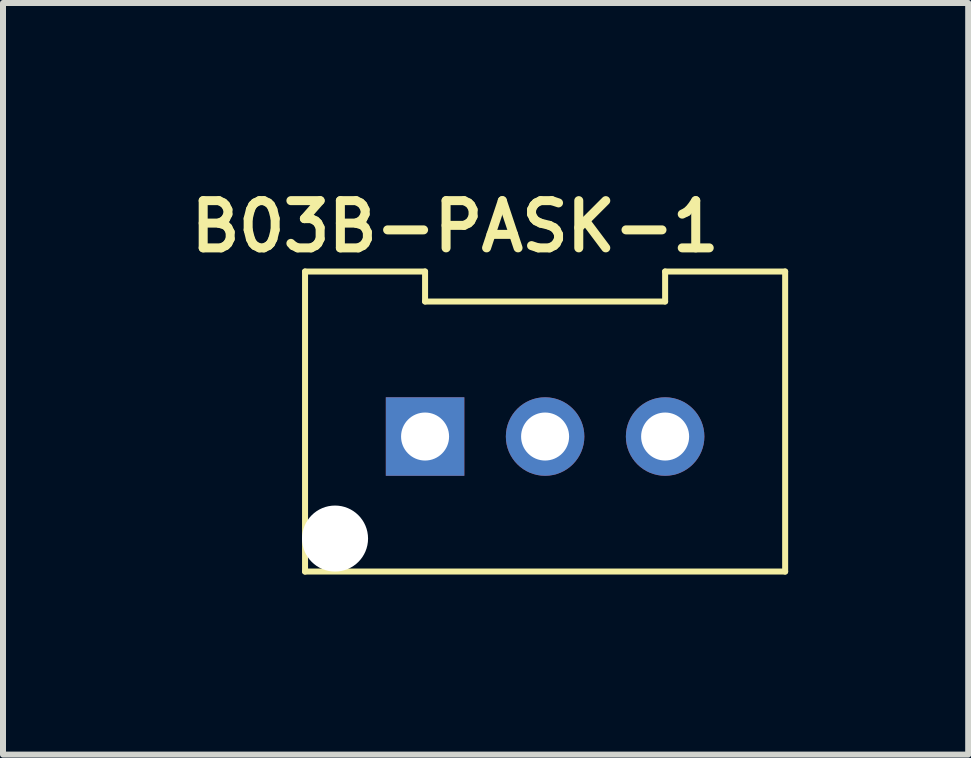
<source format=kicad_pcb>
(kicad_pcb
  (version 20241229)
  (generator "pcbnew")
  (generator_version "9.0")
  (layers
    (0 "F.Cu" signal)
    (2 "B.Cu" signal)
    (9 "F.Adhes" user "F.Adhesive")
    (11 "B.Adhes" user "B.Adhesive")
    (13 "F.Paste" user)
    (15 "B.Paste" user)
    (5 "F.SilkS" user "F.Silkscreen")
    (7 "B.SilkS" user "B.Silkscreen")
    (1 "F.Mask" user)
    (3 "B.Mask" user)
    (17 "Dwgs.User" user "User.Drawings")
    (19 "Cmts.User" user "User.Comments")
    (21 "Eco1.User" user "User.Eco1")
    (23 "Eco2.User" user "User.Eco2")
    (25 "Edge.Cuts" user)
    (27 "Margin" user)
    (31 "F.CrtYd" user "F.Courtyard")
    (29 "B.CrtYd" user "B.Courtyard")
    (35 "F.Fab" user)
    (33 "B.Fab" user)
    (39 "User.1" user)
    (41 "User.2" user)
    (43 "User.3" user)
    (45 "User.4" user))
  (footprint "B03B-PASK-1"
    (layer "F.Cu")
    (at 6.033 4.224)
    (property "Reference" "B03B-PASK-1" (at -1.5 -3.5 0) (layer "F.SilkS") (effects (font (size 0.787 0.787) (thickness 0.15))))
    (attr through_hole)
    (fp_line (start -4 -2.75) (end -4 2.25) (stroke (width 0.1) (type solid)) (layer "F.SilkS"))
    (fp_line (start -4 2.25) (end 4 2.25) (stroke (width 0.1) (type solid)) (layer "F.SilkS"))
    (fp_line (start -2 -2.75) (end -4 -2.75) (stroke (width 0.1) (type solid)) (layer "F.SilkS"))
    (fp_line (start -2 -2.75) (end -2 -2.25) (stroke (width 0.1) (type solid)) (layer "F.SilkS"))
    (fp_line (start -2 -2.25) (end 2 -2.25) (stroke (width 0.1) (type solid)) (layer "F.SilkS"))
    (fp_line (start 2 -2.25) (end 2 -2.75) (stroke (width 0.1) (type solid)) (layer "F.SilkS"))
    (fp_line (start 4 -2.75) (end 2 -2.75) (stroke (width 0.1) (type solid)) (layer "F.SilkS"))
    (fp_line (start 4 2.25) (end 4 -2.75) (stroke (width 0.1) (type solid)) (layer "F.SilkS"))
    (pad "" np_thru_hole circle (at -3.5 1.7) (size 1.1 1.1) (drill 1.1) (layers "*.Cu" "*.Mask"))
    (pad "1" thru_hole rect (at -2 0) (size 1.308 1.308) (drill 0.8) (layers "*.Cu" "*.Mask"))
    (pad "2" thru_hole circle (at 0 0) (size 1.308 1.308) (drill 0.8) (layers "*.Cu" "*.Mask"))
    (pad "3" thru_hole circle (at 2 0) (size 1.308 1.308) (drill 0.8) (layers "*.Cu" "*.Mask")))
  (gr_rect
    (start -3 -3)
    (end 13.083 9.524)
    (stroke (width 0.1) (type default))
    (fill no)
    (layer "Edge.Cuts")))
</source>
